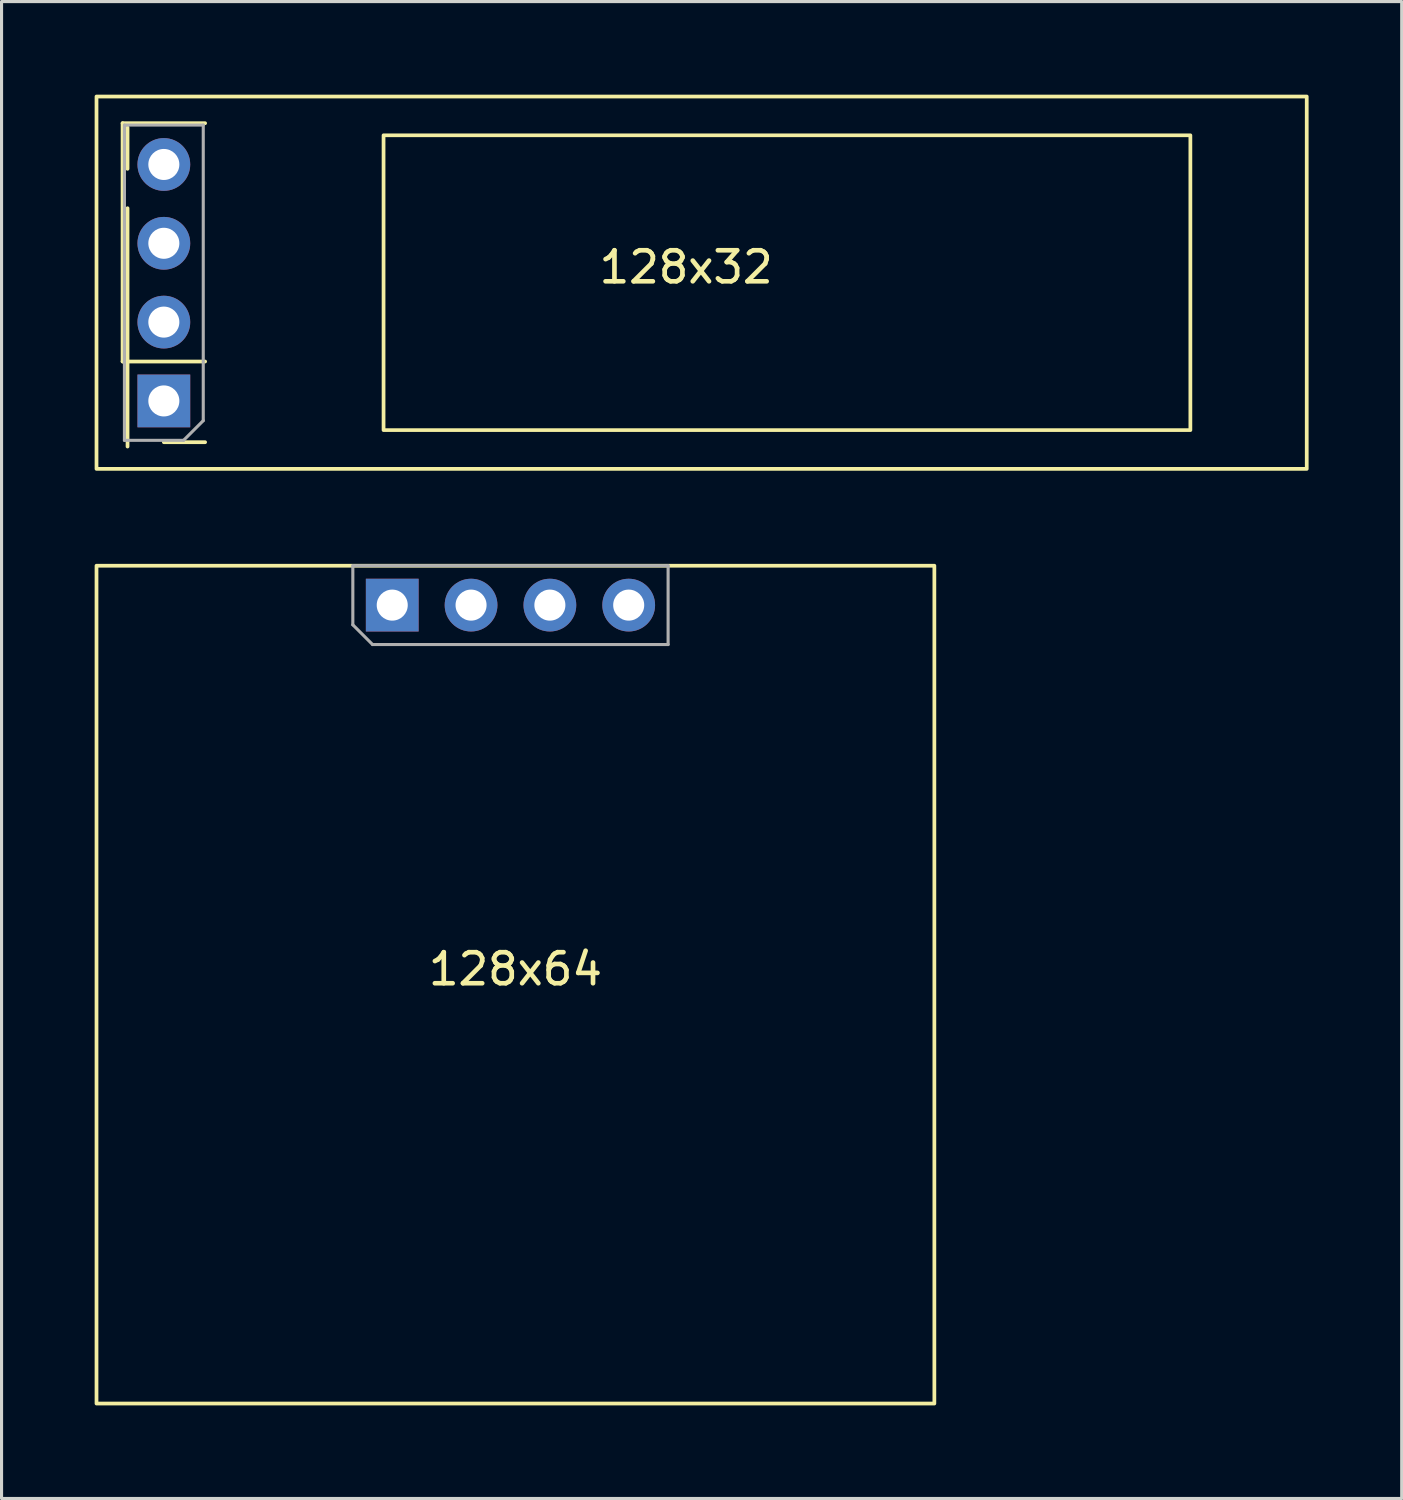
<source format=kicad_pcb>
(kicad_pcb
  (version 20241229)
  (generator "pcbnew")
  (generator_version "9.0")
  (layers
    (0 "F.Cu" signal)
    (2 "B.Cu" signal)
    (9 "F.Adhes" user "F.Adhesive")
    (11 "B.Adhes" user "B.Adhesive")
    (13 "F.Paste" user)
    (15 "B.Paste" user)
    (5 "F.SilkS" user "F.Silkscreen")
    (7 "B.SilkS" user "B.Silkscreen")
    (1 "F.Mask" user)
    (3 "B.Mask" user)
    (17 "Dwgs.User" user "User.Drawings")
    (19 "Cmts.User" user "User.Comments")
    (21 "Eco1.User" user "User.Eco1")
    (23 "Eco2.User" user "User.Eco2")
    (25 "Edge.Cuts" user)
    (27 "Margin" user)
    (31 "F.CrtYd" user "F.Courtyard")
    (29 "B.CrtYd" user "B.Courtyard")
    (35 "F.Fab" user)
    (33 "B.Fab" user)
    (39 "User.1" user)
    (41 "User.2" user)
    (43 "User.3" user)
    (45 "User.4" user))
  (footprint "128x32"
    (layer "F.Cu")
    (at 19.06 6.06)
    (property "Reference" "128x32" (at 0 -0.5 0) (unlocked yes) (layer "F.SilkS") (effects (font (size 1 1) (thickness 0.15))))
    (attr smd)
    (fp_line (start -18.16 2.54) (end -18.16 -5.14) (stroke (width 0.12) (type solid)) (layer "F.SilkS"))
    (fp_line (start -18 -3.67) (end -18 -5) (stroke (width 0.12) (type solid)) (layer "F.SilkS"))
    (fp_line (start -18 -2.4) (end -18 5.28) (stroke (width 0.12) (type solid)) (layer "F.SilkS"))
    (fp_line (start -15.5 -5.14) (end -18.16 -5.14) (stroke (width 0.12) (type solid)) (layer "F.SilkS"))
    (fp_line (start -15.5 2.54) (end -18.16 2.54) (stroke (width 0.12) (type solid)) (layer "F.SilkS"))
    (fp_line (start -15.5 5.14) (end -16.83 5.14) (stroke (width 0.12) (type solid)) (layer "F.SilkS"))
    (fp_rect (start -19 -6) (end 20 6) (stroke (width 0.12) (type default)) (fill no) (layer "F.SilkS"))
    (fp_rect (start 16.25 4.75) (end -9.75 -4.75) (stroke (width 0.12) (type default)) (fill no) (layer "F.SilkS"))
    (fp_line (start -18.1 -5.08) (end -15.56 -5.08) (stroke (width 0.1) (type solid)) (layer "F.Fab"))
    (fp_line (start -18.1 5.08) (end -18.1 -5.08) (stroke (width 0.1) (type solid)) (layer "F.Fab"))
    (fp_line (start -16.195 5.08) (end -18.1 5.08) (stroke (width 0.1) (type solid)) (layer "F.Fab"))
    (fp_line (start -15.56 -5.08) (end -15.56 4.445) (stroke (width 0.1) (type solid)) (layer "F.Fab"))
    (fp_line (start -15.56 4.445) (end -16.195 5.08) (stroke (width 0.1) (type solid)) (layer "F.Fab"))
    (pad "1" thru_hole rect (at -16.83 3.81 180) (size 1.7 1.7) (drill 1) (layers "*.Cu" "*.Mask"))
    (pad "2" thru_hole oval (at -16.83 1.27 180) (size 1.7 1.7) (drill 1) (layers "*.Cu" "*.Mask"))
    (pad "3" thru_hole oval (at -16.83 -1.27 180) (size 1.7 1.7) (drill 1) (layers "*.Cu" "*.Mask"))
    (pad "4" thru_hole oval (at -16.83 -3.81 180) (size 1.7 1.7) (drill 1) (layers "*.Cu" "*.Mask")))
  (footprint "128x64"
    (layer "F.Cu")
    (at 13.56 28.68)
    (property "Reference" "128x64" (at 0 -0.5 0) (unlocked yes) (layer "F.SilkS") (effects (font (size 1 1) (thickness 0.15))))
    (attr smd)
    (fp_rect (start -13.5 -13.5) (end 13.5 13.5) (stroke (width 0.12) (type default)) (fill no) (layer "F.SilkS"))
    (fp_line (start -5.24 -13.5) (end 4.92 -13.5) (stroke (width 0.1) (type solid)) (layer "F.Fab"))
    (fp_line (start -5.24 -11.595) (end -5.24 -13.5) (stroke (width 0.1) (type solid)) (layer "F.Fab"))
    (fp_line (start -4.605 -10.96) (end -5.24 -11.595) (stroke (width 0.1) (type solid)) (layer "F.Fab"))
    (fp_line (start 4.92 -13.5) (end 4.92 -10.96) (stroke (width 0.1) (type solid)) (layer "F.Fab"))
    (fp_line (start 4.92 -10.96) (end -4.605 -10.96) (stroke (width 0.1) (type solid)) (layer "F.Fab"))
    (pad "1" thru_hole rect (at -3.97 -12.23 90) (size 1.7 1.7) (drill 1) (layers "*.Cu" "*.Mask"))
    (pad "2" thru_hole oval (at -1.43 -12.23 90) (size 1.7 1.7) (drill 1) (layers "*.Cu" "*.Mask"))
    (pad "3" thru_hole oval (at 1.11 -12.23 90) (size 1.7 1.7) (drill 1) (layers "*.Cu" "*.Mask"))
    (pad "4" thru_hole oval (at 3.65 -12.23 90) (size 1.7 1.7) (drill 1) (layers "*.Cu" "*.Mask")))
  (gr_rect
    (start -3 -3)
    (end 42.12 45.24)
    (stroke (width 0.1) (type default))
    (fill no)
    (layer "Edge.Cuts")))
</source>
